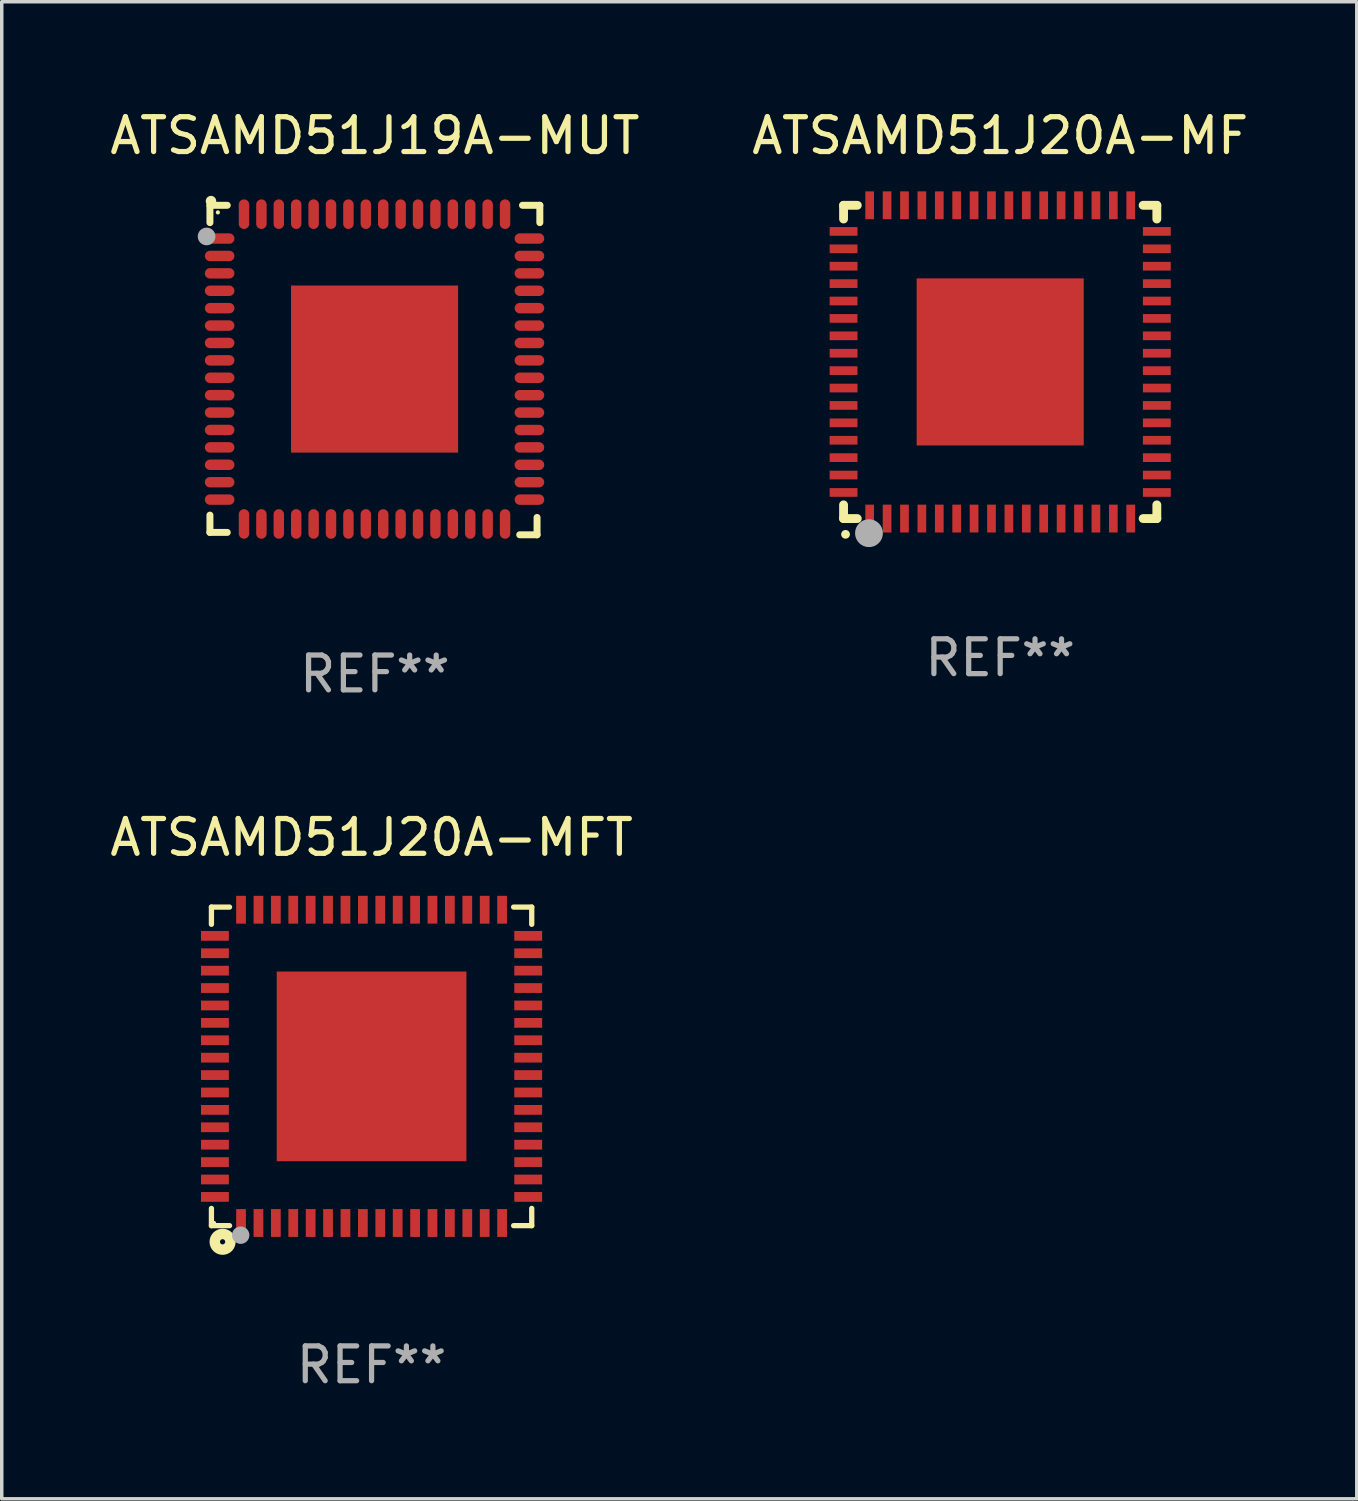
<source format=kicad_pcb>
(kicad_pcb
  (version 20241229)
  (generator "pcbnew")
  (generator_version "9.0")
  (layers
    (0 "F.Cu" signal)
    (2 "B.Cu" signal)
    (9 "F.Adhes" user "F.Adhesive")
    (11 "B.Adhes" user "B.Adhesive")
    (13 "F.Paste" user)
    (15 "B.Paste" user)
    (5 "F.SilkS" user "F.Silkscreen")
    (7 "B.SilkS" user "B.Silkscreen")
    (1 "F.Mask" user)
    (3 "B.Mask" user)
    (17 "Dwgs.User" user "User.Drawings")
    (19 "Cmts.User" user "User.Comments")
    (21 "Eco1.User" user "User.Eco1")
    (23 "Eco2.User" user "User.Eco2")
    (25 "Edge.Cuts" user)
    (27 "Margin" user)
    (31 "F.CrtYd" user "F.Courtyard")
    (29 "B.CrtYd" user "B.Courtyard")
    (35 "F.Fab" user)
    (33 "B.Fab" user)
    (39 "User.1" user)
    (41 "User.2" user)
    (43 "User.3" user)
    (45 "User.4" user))
  (footprint "ATSAMD51J20A-MFT"
    (layer "F.Cu")
    (at 7.625 27.586)
    (property "Reference" "ATSAMD51J20A-MFT" (at 0 -6.576 0) (layer "F.SilkS") (effects (font (size 1 1) (thickness 0.15))))
    (attr through_hole)
    (fp_line (start -4.601 -4.576) (end -4.081 -4.576) (stroke (width 0.152) (type solid)) (layer "F.SilkS"))
    (fp_line (start -4.601 -4.081) (end -4.601 -4.576) (stroke (width 0.152) (type solid)) (layer "F.SilkS"))
    (fp_line (start -4.601 4.081) (end -4.601 4.576) (stroke (width 0.152) (type solid)) (layer "F.SilkS"))
    (fp_line (start -4.601 4.576) (end -4.081 4.576) (stroke (width 0.152) (type solid)) (layer "F.SilkS"))
    (fp_line (start 4.601 -4.576) (end 4.081 -4.576) (stroke (width 0.152) (type solid)) (layer "F.SilkS"))
    (fp_line (start 4.601 -4.081) (end 4.601 -4.576) (stroke (width 0.152) (type solid)) (layer "F.SilkS"))
    (fp_line (start 4.601 4.081) (end 4.601 4.576) (stroke (width 0.152) (type solid)) (layer "F.SilkS"))
    (fp_line (start 4.601 4.576) (end 4.081 4.576) (stroke (width 0.152) (type solid)) (layer "F.SilkS"))
    (fp_circle (center -4.525 4.5) (end -4.495 4.5) (stroke (width 0.06) (type solid)) (fill no) (layer "F.SilkS"))
    (fp_circle (center -4.28 5.04) (end -4.205 5.04) (stroke (width 0.3) (type solid)) (fill no) (layer "F.SilkS"))
    (fp_circle (center -3.76 4.85) (end -3.635 4.85) (stroke (width 0.25) (type solid)) (fill no) (layer "F.Fab"))
    (fp_text user "REF**" (at 0 8.576 0) (layer "F.Fab") (effects (font (size 1 1) (thickness 0.15))))
    (pad "1" smd rect (at -3.75 4.5) (size 0.28 0.8) (layers "F.Cu" "F.Mask" "F.Paste"))
    (pad "2" smd rect (at -3.25 4.5) (size 0.28 0.8) (layers "F.Cu" "F.Mask" "F.Paste"))
    (pad "3" smd rect (at -2.75 4.5) (size 0.28 0.8) (layers "F.Cu" "F.Mask" "F.Paste"))
    (pad "4" smd rect (at -2.25 4.5) (size 0.28 0.8) (layers "F.Cu" "F.Mask" "F.Paste"))
    (pad "5" smd rect (at -1.75 4.5) (size 0.28 0.8) (layers "F.Cu" "F.Mask" "F.Paste"))
    (pad "6" smd rect (at -1.25 4.5) (size 0.28 0.8) (layers "F.Cu" "F.Mask" "F.Paste"))
    (pad "7" smd rect (at -0.75 4.5) (size 0.28 0.8) (layers "F.Cu" "F.Mask" "F.Paste"))
    (pad "8" smd rect (at -0.25 4.5) (size 0.28 0.8) (layers "F.Cu" "F.Mask" "F.Paste"))
    (pad "9" smd rect (at 0.25 4.5) (size 0.28 0.8) (layers "F.Cu" "F.Mask" "F.Paste"))
    (pad "10" smd rect (at 0.75 4.5) (size 0.28 0.8) (layers "F.Cu" "F.Mask" "F.Paste"))
    (pad "11" smd rect (at 1.25 4.5) (size 0.28 0.8) (layers "F.Cu" "F.Mask" "F.Paste"))
    (pad "12" smd rect (at 1.75 4.5) (size 0.28 0.8) (layers "F.Cu" "F.Mask" "F.Paste"))
    (pad "13" smd rect (at 2.25 4.5) (size 0.28 0.8) (layers "F.Cu" "F.Mask" "F.Paste"))
    (pad "14" smd rect (at 2.75 4.5) (size 0.28 0.8) (layers "F.Cu" "F.Mask" "F.Paste"))
    (pad "15" smd rect (at 3.25 4.5) (size 0.28 0.8) (layers "F.Cu" "F.Mask" "F.Paste"))
    (pad "16" smd rect (at 3.75 4.5) (size 0.28 0.8) (layers "F.Cu" "F.Mask" "F.Paste"))
    (pad "17" smd rect (at 4.5 3.75) (size 0.8 0.28) (layers "F.Cu" "F.Mask" "F.Paste"))
    (pad "18" smd rect (at 4.5 3.25) (size 0.8 0.28) (layers "F.Cu" "F.Mask" "F.Paste"))
    (pad "19" smd rect (at 4.5 2.75) (size 0.8 0.28) (layers "F.Cu" "F.Mask" "F.Paste"))
    (pad "20" smd rect (at 4.5 2.25) (size 0.8 0.28) (layers "F.Cu" "F.Mask" "F.Paste"))
    (pad "21" smd rect (at 4.5 1.75) (size 0.8 0.28) (layers "F.Cu" "F.Mask" "F.Paste"))
    (pad "22" smd rect (at 4.5 1.25) (size 0.8 0.28) (layers "F.Cu" "F.Mask" "F.Paste"))
    (pad "23" smd rect (at 4.5 0.75) (size 0.8 0.28) (layers "F.Cu" "F.Mask" "F.Paste"))
    (pad "24" smd rect (at 4.5 0.25) (size 0.8 0.28) (layers "F.Cu" "F.Mask" "F.Paste"))
    (pad "25" smd rect (at 4.5 -0.25) (size 0.8 0.28) (layers "F.Cu" "F.Mask" "F.Paste"))
    (pad "26" smd rect (at 4.5 -0.75) (size 0.8 0.28) (layers "F.Cu" "F.Mask" "F.Paste"))
    (pad "27" smd rect (at 4.5 -1.25) (size 0.8 0.28) (layers "F.Cu" "F.Mask" "F.Paste"))
    (pad "28" smd rect (at 4.5 -1.75) (size 0.8 0.28) (layers "F.Cu" "F.Mask" "F.Paste"))
    (pad "29" smd rect (at 4.5 -2.25) (size 0.8 0.28) (layers "F.Cu" "F.Mask" "F.Paste"))
    (pad "30" smd rect (at 4.5 -2.75) (size 0.8 0.28) (layers "F.Cu" "F.Mask" "F.Paste"))
    (pad "31" smd rect (at 4.5 -3.25) (size 0.8 0.28) (layers "F.Cu" "F.Mask" "F.Paste"))
    (pad "32" smd rect (at 4.5 -3.75) (size 0.8 0.28) (layers "F.Cu" "F.Mask" "F.Paste"))
    (pad "33" smd rect (at 3.75 -4.5) (size 0.28 0.8) (layers "F.Cu" "F.Mask" "F.Paste"))
    (pad "34" smd rect (at 3.25 -4.5) (size 0.28 0.8) (layers "F.Cu" "F.Mask" "F.Paste"))
    (pad "35" smd rect (at 2.75 -4.5) (size 0.28 0.8) (layers "F.Cu" "F.Mask" "F.Paste"))
    (pad "36" smd rect (at 2.25 -4.5) (size 0.28 0.8) (layers "F.Cu" "F.Mask" "F.Paste"))
    (pad "37" smd rect (at 1.75 -4.5) (size 0.28 0.8) (layers "F.Cu" "F.Mask" "F.Paste"))
    (pad "38" smd rect (at 1.25 -4.5) (size 0.28 0.8) (layers "F.Cu" "F.Mask" "F.Paste"))
    (pad "39" smd rect (at 0.75 -4.5) (size 0.28 0.8) (layers "F.Cu" "F.Mask" "F.Paste"))
    (pad "40" smd rect (at 0.25 -4.5) (size 0.28 0.8) (layers "F.Cu" "F.Mask" "F.Paste"))
    (pad "41" smd rect (at -0.25 -4.5) (size 0.28 0.8) (layers "F.Cu" "F.Mask" "F.Paste"))
    (pad "42" smd rect (at -0.75 -4.5) (size 0.28 0.8) (layers "F.Cu" "F.Mask" "F.Paste"))
    (pad "43" smd rect (at -1.25 -4.5) (size 0.28 0.8) (layers "F.Cu" "F.Mask" "F.Paste"))
    (pad "44" smd rect (at -1.75 -4.5) (size 0.28 0.8) (layers "F.Cu" "F.Mask" "F.Paste"))
    (pad "45" smd rect (at -2.25 -4.5) (size 0.28 0.8) (layers "F.Cu" "F.Mask" "F.Paste"))
    (pad "46" smd rect (at -2.75 -4.5) (size 0.28 0.8) (layers "F.Cu" "F.Mask" "F.Paste"))
    (pad "47" smd rect (at -3.25 -4.5) (size 0.28 0.8) (layers "F.Cu" "F.Mask" "F.Paste"))
    (pad "48" smd rect (at -3.75 -4.5) (size 0.28 0.8) (layers "F.Cu" "F.Mask" "F.Paste"))
    (pad "49" smd rect (at -4.5 -3.75) (size 0.8 0.28) (layers "F.Cu" "F.Mask" "F.Paste"))
    (pad "50" smd rect (at -4.5 -3.25) (size 0.8 0.28) (layers "F.Cu" "F.Mask" "F.Paste"))
    (pad "51" smd rect (at -4.5 -2.75) (size 0.8 0.28) (layers "F.Cu" "F.Mask" "F.Paste"))
    (pad "52" smd rect (at -4.5 -2.25) (size 0.8 0.28) (layers "F.Cu" "F.Mask" "F.Paste"))
    (pad "53" smd rect (at -4.5 -1.75) (size 0.8 0.28) (layers "F.Cu" "F.Mask" "F.Paste"))
    (pad "54" smd rect (at -4.5 -1.25) (size 0.8 0.28) (layers "F.Cu" "F.Mask" "F.Paste"))
    (pad "55" smd rect (at -4.5 -0.75) (size 0.8 0.28) (layers "F.Cu" "F.Mask" "F.Paste"))
    (pad "56" smd rect (at -4.5 -0.25) (size 0.8 0.28) (layers "F.Cu" "F.Mask" "F.Paste"))
    (pad "57" smd rect (at -4.5 0.25) (size 0.8 0.28) (layers "F.Cu" "F.Mask" "F.Paste"))
    (pad "58" smd rect (at -4.5 0.75) (size 0.8 0.28) (layers "F.Cu" "F.Mask" "F.Paste"))
    (pad "59" smd rect (at -4.5 1.25) (size 0.8 0.28) (layers "F.Cu" "F.Mask" "F.Paste"))
    (pad "60" smd rect (at -4.5 1.75) (size 0.8 0.28) (layers "F.Cu" "F.Mask" "F.Paste"))
    (pad "61" smd rect (at -4.5 2.25) (size 0.8 0.28) (layers "F.Cu" "F.Mask" "F.Paste"))
    (pad "62" smd rect (at -4.5 2.75) (size 0.8 0.28) (layers "F.Cu" "F.Mask" "F.Paste"))
    (pad "63" smd rect (at -4.5 3.25) (size 0.8 0.28) (layers "F.Cu" "F.Mask" "F.Paste"))
    (pad "64" smd rect (at -4.5 3.75) (size 0.8 0.28) (layers "F.Cu" "F.Mask" "F.Paste"))
    (pad "65" smd rect (at 0 0) (size 5.45 5.45) (layers "F.Cu" "F.Mask" "F.Paste")))
  (footprint "ATSAMD51J20A-MF"
    (layer "F.Cu")
    (at 25.685 7.348)
    (property "Reference" "ATSAMD51J20A-MF" (at 0 -6.5 0) (layer "F.SilkS") (effects (font (size 1 1) (thickness 0.15))))
    (attr through_hole)
    (fp_line (start -4.5 -4.5) (end -4.106 -4.5) (stroke (width 0.254) (type solid)) (layer "F.SilkS"))
    (fp_line (start -4.5 -4.106) (end -4.5 -4.5) (stroke (width 0.254) (type solid)) (layer "F.SilkS"))
    (fp_line (start -4.5 4.5) (end -4.5 4.106) (stroke (width 0.254) (type solid)) (layer "F.SilkS"))
    (fp_line (start -4.106 4.5) (end -4.5 4.5) (stroke (width 0.254) (type solid)) (layer "F.SilkS"))
    (fp_line (start 4.106 -4.5) (end 4.5 -4.5) (stroke (width 0.254) (type solid)) (layer "F.SilkS"))
    (fp_line (start 4.5 -4.5) (end 4.5 -4.106) (stroke (width 0.254) (type solid)) (layer "F.SilkS"))
    (fp_line (start 4.5 4.106) (end 4.5 4.5) (stroke (width 0.254) (type solid)) (layer "F.SilkS"))
    (fp_line (start 4.5 4.5) (end 4.106 4.5) (stroke (width 0.254) (type solid)) (layer "F.SilkS"))
    (fp_arc (start -4.444945 4.953073) (mid -4.443675 4.953067) (end -4.442405 4.953073) (stroke (width 0.24892) (type solid)) (layer "F.SilkS"))
    (fp_circle (center -4.5 4.5) (end -4.47 4.5) (stroke (width 0.06) (type solid)) (fill no) (layer "F.SilkS"))
    (fp_circle (center -3.77 4.92) (end -3.57 4.92) (stroke (width 0.4) (type solid)) (fill no) (layer "F.Fab"))
    (fp_text user "REF**" (at 0 8.5 0) (layer "F.Fab") (effects (font (size 1 1) (thickness 0.15))))
    (pad "1" smd rect (at -3.75 4.5 90) (size 0.8 0.25) (layers "F.Cu" "F.Mask" "F.Paste"))
    (pad "2" smd rect (at -3.25 4.5 90) (size 0.8 0.25) (layers "F.Cu" "F.Mask" "F.Paste"))
    (pad "3" smd rect (at -2.75 4.5 90) (size 0.8 0.25) (layers "F.Cu" "F.Mask" "F.Paste"))
    (pad "4" smd rect (at -2.25 4.5 90) (size 0.8 0.25) (layers "F.Cu" "F.Mask" "F.Paste"))
    (pad "5" smd rect (at -1.75 4.5 90) (size 0.8 0.25) (layers "F.Cu" "F.Mask" "F.Paste"))
    (pad "6" smd rect (at -1.25 4.5 90) (size 0.8 0.25) (layers "F.Cu" "F.Mask" "F.Paste"))
    (pad "7" smd rect (at -0.75 4.5 90) (size 0.8 0.25) (layers "F.Cu" "F.Mask" "F.Paste"))
    (pad "8" smd rect (at -0.25 4.5 90) (size 0.8 0.25) (layers "F.Cu" "F.Mask" "F.Paste"))
    (pad "9" smd rect (at 0.25 4.5 90) (size 0.8 0.25) (layers "F.Cu" "F.Mask" "F.Paste"))
    (pad "10" smd rect (at 0.75 4.5 90) (size 0.8 0.25) (layers "F.Cu" "F.Mask" "F.Paste"))
    (pad "11" smd rect (at 1.25 4.5 90) (size 0.8 0.25) (layers "F.Cu" "F.Mask" "F.Paste"))
    (pad "12" smd rect (at 1.75 4.5 90) (size 0.8 0.25) (layers "F.Cu" "F.Mask" "F.Paste"))
    (pad "13" smd rect (at 2.25 4.5 90) (size 0.8 0.25) (layers "F.Cu" "F.Mask" "F.Paste"))
    (pad "14" smd rect (at 2.75 4.5 90) (size 0.8 0.25) (layers "F.Cu" "F.Mask" "F.Paste"))
    (pad "15" smd rect (at 3.25 4.5 90) (size 0.8 0.25) (layers "F.Cu" "F.Mask" "F.Paste"))
    (pad "16" smd rect (at 3.75 4.5 90) (size 0.8 0.25) (layers "F.Cu" "F.Mask" "F.Paste"))
    (pad "17" smd rect (at 4.5 3.75) (size 0.8 0.25) (layers "F.Cu" "F.Mask" "F.Paste"))
    (pad "18" smd rect (at 4.5 3.25) (size 0.8 0.25) (layers "F.Cu" "F.Mask" "F.Paste"))
    (pad "19" smd rect (at 4.5 2.75) (size 0.8 0.25) (layers "F.Cu" "F.Mask" "F.Paste"))
    (pad "20" smd rect (at 4.5 2.25) (size 0.8 0.25) (layers "F.Cu" "F.Mask" "F.Paste"))
    (pad "21" smd rect (at 4.5 1.75) (size 0.8 0.25) (layers "F.Cu" "F.Mask" "F.Paste"))
    (pad "22" smd rect (at 4.5 1.25) (size 0.8 0.25) (layers "F.Cu" "F.Mask" "F.Paste"))
    (pad "23" smd rect (at 4.5 0.75) (size 0.8 0.25) (layers "F.Cu" "F.Mask" "F.Paste"))
    (pad "24" smd rect (at 4.5 0.25) (size 0.8 0.25) (layers "F.Cu" "F.Mask" "F.Paste"))
    (pad "25" smd rect (at 4.5 -0.25) (size 0.8 0.25) (layers "F.Cu" "F.Mask" "F.Paste"))
    (pad "26" smd rect (at 4.5 -0.75) (size 0.8 0.25) (layers "F.Cu" "F.Mask" "F.Paste"))
    (pad "27" smd rect (at 4.5 -1.25) (size 0.8 0.25) (layers "F.Cu" "F.Mask" "F.Paste"))
    (pad "28" smd rect (at 4.5 -1.75) (size 0.8 0.25) (layers "F.Cu" "F.Mask" "F.Paste"))
    (pad "29" smd rect (at 4.5 -2.25) (size 0.8 0.25) (layers "F.Cu" "F.Mask" "F.Paste"))
    (pad "30" smd rect (at 4.5 -2.75) (size 0.8 0.25) (layers "F.Cu" "F.Mask" "F.Paste"))
    (pad "31" smd rect (at 4.5 -3.25) (size 0.8 0.25) (layers "F.Cu" "F.Mask" "F.Paste"))
    (pad "32" smd rect (at 4.5 -3.75) (size 0.8 0.25) (layers "F.Cu" "F.Mask" "F.Paste"))
    (pad "33" smd rect (at 3.75 -4.5 90) (size 0.8 0.25) (layers "F.Cu" "F.Mask" "F.Paste"))
    (pad "34" smd rect (at 3.25 -4.5 90) (size 0.8 0.25) (layers "F.Cu" "F.Mask" "F.Paste"))
    (pad "35" smd rect (at 2.75 -4.5 90) (size 0.8 0.25) (layers "F.Cu" "F.Mask" "F.Paste"))
    (pad "36" smd rect (at 2.25 -4.5 90) (size 0.8 0.25) (layers "F.Cu" "F.Mask" "F.Paste"))
    (pad "37" smd rect (at 1.75 -4.5 90) (size 0.8 0.25) (layers "F.Cu" "F.Mask" "F.Paste"))
    (pad "38" smd rect (at 1.25 -4.5 90) (size 0.8 0.25) (layers "F.Cu" "F.Mask" "F.Paste"))
    (pad "39" smd rect (at 0.75 -4.5 90) (size 0.8 0.25) (layers "F.Cu" "F.Mask" "F.Paste"))
    (pad "40" smd rect (at 0.25 -4.5 90) (size 0.8 0.25) (layers "F.Cu" "F.Mask" "F.Paste"))
    (pad "41" smd rect (at -0.25 -4.5 90) (size 0.8 0.25) (layers "F.Cu" "F.Mask" "F.Paste"))
    (pad "42" smd rect (at -0.75 -4.5 90) (size 0.8 0.25) (layers "F.Cu" "F.Mask" "F.Paste"))
    (pad "43" smd rect (at -1.25 -4.5 90) (size 0.8 0.25) (layers "F.Cu" "F.Mask" "F.Paste"))
    (pad "44" smd rect (at -1.75 -4.5 90) (size 0.8 0.25) (layers "F.Cu" "F.Mask" "F.Paste"))
    (pad "45" smd rect (at -2.25 -4.5 90) (size 0.8 0.25) (layers "F.Cu" "F.Mask" "F.Paste"))
    (pad "46" smd rect (at -2.75 -4.5 90) (size 0.8 0.25) (layers "F.Cu" "F.Mask" "F.Paste"))
    (pad "47" smd rect (at -3.25 -4.5 90) (size 0.8 0.25) (layers "F.Cu" "F.Mask" "F.Paste"))
    (pad "48" smd rect (at -3.75 -4.5 90) (size 0.8 0.25) (layers "F.Cu" "F.Mask" "F.Paste"))
    (pad "49" smd rect (at -4.5 -3.75) (size 0.8 0.25) (layers "F.Cu" "F.Mask" "F.Paste"))
    (pad "50" smd rect (at -4.5 -3.25) (size 0.8 0.25) (layers "F.Cu" "F.Mask" "F.Paste"))
    (pad "51" smd rect (at -4.5 -2.75) (size 0.8 0.25) (layers "F.Cu" "F.Mask" "F.Paste"))
    (pad "52" smd rect (at -4.5 -2.25) (size 0.8 0.25) (layers "F.Cu" "F.Mask" "F.Paste"))
    (pad "53" smd rect (at -4.5 -1.75) (size 0.8 0.25) (layers "F.Cu" "F.Mask" "F.Paste"))
    (pad "54" smd rect (at -4.5 -1.25) (size 0.8 0.25) (layers "F.Cu" "F.Mask" "F.Paste"))
    (pad "55" smd rect (at -4.5 -0.75) (size 0.8 0.25) (layers "F.Cu" "F.Mask" "F.Paste"))
    (pad "56" smd rect (at -4.5 -0.25) (size 0.8 0.25) (layers "F.Cu" "F.Mask" "F.Paste"))
    (pad "57" smd rect (at -4.5 0.25) (size 0.8 0.25) (layers "F.Cu" "F.Mask" "F.Paste"))
    (pad "58" smd rect (at -4.5 0.75) (size 0.8 0.25) (layers "F.Cu" "F.Mask" "F.Paste"))
    (pad "59" smd rect (at -4.5 1.25) (size 0.8 0.25) (layers "F.Cu" "F.Mask" "F.Paste"))
    (pad "60" smd rect (at -4.5 1.75) (size 0.8 0.25) (layers "F.Cu" "F.Mask" "F.Paste"))
    (pad "61" smd rect (at -4.5 2.25) (size 0.8 0.25) (layers "F.Cu" "F.Mask" "F.Paste"))
    (pad "62" smd rect (at -4.5 2.75) (size 0.8 0.25) (layers "F.Cu" "F.Mask" "F.Paste"))
    (pad "63" smd rect (at -4.5 3.25) (size 0.8 0.25) (layers "F.Cu" "F.Mask" "F.Paste"))
    (pad "64" smd rect (at -4.5 3.75) (size 0.8 0.25) (layers "F.Cu" "F.Mask" "F.Paste"))
    (pad "65" smd rect (at 0.000191 -0.000064) (size 4.8 4.8) (layers "F.Cu" "F.Mask" "F.Paste")))
  (footprint "ATSAMD51J19A-MUT"
    (layer "F.Cu")
    (at 7.72 7.581)
    (property "Reference" "ATSAMD51J19A-MUT" (at 0 -6.733 0) (layer "F.SilkS") (effects (font (size 1 1) (thickness 0.15))))
    (attr through_hole)
    (fp_line (start -4.739 -4.733) (end -4.241 -4.733) (stroke (width 0.2) (type solid)) (layer "F.SilkS"))
    (fp_line (start -4.739 -4.235) (end -4.739 -4.733) (stroke (width 0.2) (type solid)) (layer "F.SilkS"))
    (fp_line (start -4.739 4.168) (end -4.739 4.665) (stroke (width 0.2) (type solid)) (layer "F.SilkS"))
    (fp_line (start -4.739 4.665) (end -4.241 4.665) (stroke (width 0.2) (type solid)) (layer "F.SilkS"))
    (fp_line (start 4.161 4.733) (end 4.659 4.733) (stroke (width 0.2) (type solid)) (layer "F.SilkS"))
    (fp_line (start 4.241 -4.733) (end 4.739 -4.733) (stroke (width 0.2) (type solid)) (layer "F.SilkS"))
    (fp_line (start 4.659 4.733) (end 4.659 4.235) (stroke (width 0.2) (type solid)) (layer "F.SilkS"))
    (fp_line (start 4.739 -4.733) (end 4.739 -4.235) (stroke (width 0.2) (type solid)) (layer "F.SilkS"))
    (fp_arc (start -4.708623 -4.85108) (mid -4.708628 -4.85235) (end -4.708623 -4.85362) (stroke (width 0.3) (type solid)) (layer "F.SilkS"))
    (fp_circle (center -4.511 -4.529) (end -4.481 -4.529) (stroke (width 0.06) (type solid)) (fill no) (layer "F.SilkS"))
    (fp_circle (center -4.835 -3.838) (end -4.708 -3.838) (stroke (width 0.254) (type solid)) (fill no) (layer "F.Fab"))
    (fp_text user "REF**" (at 0 8.733 0) (layer "F.Fab") (effects (font (size 1 1) (thickness 0.15))))
    (pad "1" smd oval (at -4.46 -3.778) (size 0.85 0.3) (layers "F.Cu" "F.Mask" "F.Paste"))
    (pad "2" smd oval (at -4.46 -3.278) (size 0.85 0.3) (layers "F.Cu" "F.Mask" "F.Paste"))
    (pad "3" smd oval (at -4.46 -2.778) (size 0.85 0.3) (layers "F.Cu" "F.Mask" "F.Paste"))
    (pad "4" smd oval (at -4.46 -2.278) (size 0.85 0.3) (layers "F.Cu" "F.Mask" "F.Paste"))
    (pad "5" smd oval (at -4.46 -1.778) (size 0.85 0.3) (layers "F.Cu" "F.Mask" "F.Paste"))
    (pad "6" smd oval (at -4.46 -1.278) (size 0.85 0.3) (layers "F.Cu" "F.Mask" "F.Paste"))
    (pad "7" smd oval (at -4.46 -0.778) (size 0.85 0.3) (layers "F.Cu" "F.Mask" "F.Paste"))
    (pad "8" smd oval (at -4.46 -0.278) (size 0.85 0.3) (layers "F.Cu" "F.Mask" "F.Paste"))
    (pad "9" smd oval (at -4.46 0.222) (size 0.85 0.3) (layers "F.Cu" "F.Mask" "F.Paste"))
    (pad "10" smd oval (at -4.46 0.722) (size 0.85 0.3) (layers "F.Cu" "F.Mask" "F.Paste"))
    (pad "11" smd oval (at -4.46 1.222) (size 0.85 0.3) (layers "F.Cu" "F.Mask" "F.Paste"))
    (pad "12" smd oval (at -4.46 1.722) (size 0.85 0.3) (layers "F.Cu" "F.Mask" "F.Paste"))
    (pad "13" smd oval (at -4.46 2.222) (size 0.85 0.3) (layers "F.Cu" "F.Mask" "F.Paste"))
    (pad "14" smd oval (at -4.46 2.722) (size 0.85 0.3) (layers "F.Cu" "F.Mask" "F.Paste"))
    (pad "15" smd oval (at -4.46 3.222) (size 0.85 0.3) (layers "F.Cu" "F.Mask" "F.Paste"))
    (pad "16" smd oval (at -4.46 3.722) (size 0.85 0.3) (layers "F.Cu" "F.Mask" "F.Paste"))
    (pad "17" smd oval (at -3.76 4.422) (size 0.3 0.85) (layers "F.Cu" "F.Mask" "F.Paste"))
    (pad "18" smd oval (at -3.26 4.422) (size 0.3 0.85) (layers "F.Cu" "F.Mask" "F.Paste"))
    (pad "19" smd oval (at -2.76 4.422) (size 0.3 0.85) (layers "F.Cu" "F.Mask" "F.Paste"))
    (pad "20" smd oval (at -2.26 4.422) (size 0.3 0.85) (layers "F.Cu" "F.Mask" "F.Paste"))
    (pad "21" smd oval (at -1.76 4.422) (size 0.3 0.85) (layers "F.Cu" "F.Mask" "F.Paste"))
    (pad "22" smd oval (at -1.26 4.422) (size 0.3 0.85) (layers "F.Cu" "F.Mask" "F.Paste"))
    (pad "23" smd oval (at -0.76 4.422) (size 0.3 0.85) (layers "F.Cu" "F.Mask" "F.Paste"))
    (pad "24" smd oval (at -0.26 4.422) (size 0.3 0.85) (layers "F.Cu" "F.Mask" "F.Paste"))
    (pad "25" smd oval (at 0.24 4.422) (size 0.3 0.85) (layers "F.Cu" "F.Mask" "F.Paste"))
    (pad "26" smd oval (at 0.74 4.422) (size 0.3 0.85) (layers "F.Cu" "F.Mask" "F.Paste"))
    (pad "27" smd oval (at 1.24 4.422) (size 0.3 0.85) (layers "F.Cu" "F.Mask" "F.Paste"))
    (pad "28" smd oval (at 1.74 4.422) (size 0.3 0.85) (layers "F.Cu" "F.Mask" "F.Paste"))
    (pad "29" smd oval (at 2.24 4.422) (size 0.3 0.85) (layers "F.Cu" "F.Mask" "F.Paste"))
    (pad "30" smd oval (at 2.74 4.422) (size 0.3 0.85) (layers "F.Cu" "F.Mask" "F.Paste"))
    (pad "31" smd oval (at 3.24 4.422) (size 0.3 0.85) (layers "F.Cu" "F.Mask" "F.Paste"))
    (pad "32" smd oval (at 3.74 4.422) (size 0.3 0.85) (layers "F.Cu" "F.Mask" "F.Paste"))
    (pad "33" smd oval (at 4.44 3.723) (size 0.85 0.3) (layers "F.Cu" "F.Mask" "F.Paste"))
    (pad "34" smd oval (at 4.44 3.222) (size 0.85 0.3) (layers "F.Cu" "F.Mask" "F.Paste"))
    (pad "35" smd oval (at 4.44 2.723) (size 0.85 0.3) (layers "F.Cu" "F.Mask" "F.Paste"))
    (pad "36" smd oval (at 4.44 2.222) (size 0.85 0.3) (layers "F.Cu" "F.Mask" "F.Paste"))
    (pad "37" smd oval (at 4.44 1.723) (size 0.85 0.3) (layers "F.Cu" "F.Mask" "F.Paste"))
    (pad "38" smd oval (at 4.44 1.222) (size 0.85 0.3) (layers "F.Cu" "F.Mask" "F.Paste"))
    (pad "39" smd oval (at 4.44 0.723) (size 0.85 0.3) (layers "F.Cu" "F.Mask" "F.Paste"))
    (pad "40" smd oval (at 4.44 0.222) (size 0.85 0.3) (layers "F.Cu" "F.Mask" "F.Paste"))
    (pad "41" smd oval (at 4.44 -0.277) (size 0.85 0.3) (layers "F.Cu" "F.Mask" "F.Paste"))
    (pad "42" smd oval (at 4.44 -0.778) (size 0.85 0.3) (layers "F.Cu" "F.Mask" "F.Paste"))
    (pad "43" smd oval (at 4.44 -1.277) (size 0.85 0.3) (layers "F.Cu" "F.Mask" "F.Paste"))
    (pad "44" smd oval (at 4.44 -1.778) (size 0.85 0.3) (layers "F.Cu" "F.Mask" "F.Paste"))
    (pad "45" smd oval (at 4.44 -2.277) (size 0.85 0.3) (layers "F.Cu" "F.Mask" "F.Paste"))
    (pad "46" smd oval (at 4.44 -2.778) (size 0.85 0.3) (layers "F.Cu" "F.Mask" "F.Paste"))
    (pad "47" smd oval (at 4.44 -3.277) (size 0.85 0.3) (layers "F.Cu" "F.Mask" "F.Paste"))
    (pad "48" smd oval (at 4.44 -3.778) (size 0.85 0.3) (layers "F.Cu" "F.Mask" "F.Paste"))
    (pad "49" smd oval (at 3.74 -4.478) (size 0.3 0.85) (layers "F.Cu" "F.Mask" "F.Paste"))
    (pad "50" smd oval (at 3.24 -4.478) (size 0.3 0.85) (layers "F.Cu" "F.Mask" "F.Paste"))
    (pad "51" smd oval (at 2.74 -4.478) (size 0.3 0.85) (layers "F.Cu" "F.Mask" "F.Paste"))
    (pad "52" smd oval (at 2.24 -4.478) (size 0.3 0.85) (layers "F.Cu" "F.Mask" "F.Paste"))
    (pad "53" smd oval (at 1.74 -4.478) (size 0.3 0.85) (layers "F.Cu" "F.Mask" "F.Paste"))
    (pad "54" smd oval (at 1.24 -4.478) (size 0.3 0.85) (layers "F.Cu" "F.Mask" "F.Paste"))
    (pad "55" smd oval (at 0.74 -4.478) (size 0.3 0.85) (layers "F.Cu" "F.Mask" "F.Paste"))
    (pad "56" smd oval (at 0.24 -4.478) (size 0.3 0.85) (layers "F.Cu" "F.Mask" "F.Paste"))
    (pad "57" smd oval (at -0.26 -4.478) (size 0.3 0.85) (layers "F.Cu" "F.Mask" "F.Paste"))
    (pad "58" smd oval (at -0.76 -4.478) (size 0.3 0.85) (layers "F.Cu" "F.Mask" "F.Paste"))
    (pad "59" smd oval (at -1.26 -4.478) (size 0.3 0.85) (layers "F.Cu" "F.Mask" "F.Paste"))
    (pad "60" smd oval (at -1.76 -4.478) (size 0.3 0.85) (layers "F.Cu" "F.Mask" "F.Paste"))
    (pad "61" smd oval (at -2.26 -4.478) (size 0.3 0.85) (layers "F.Cu" "F.Mask" "F.Paste"))
    (pad "62" smd oval (at -2.76 -4.478) (size 0.3 0.85) (layers "F.Cu" "F.Mask" "F.Paste"))
    (pad "63" smd oval (at -3.26 -4.478) (size 0.3 0.85) (layers "F.Cu" "F.Mask" "F.Paste"))
    (pad "64" smd oval (at -3.76 -4.478) (size 0.3 0.85) (layers "F.Cu" "F.Mask" "F.Paste"))
    (pad "65" smd rect (at -0.009 -0.028 90) (size 4.8 4.8) (layers "F.Cu" "F.Mask" "F.Paste")))
  (gr_rect
    (start -3 -3)
    (end 35.929 40.01)
    (stroke (width 0.1) (type default))
    (fill no)
    (layer "Edge.Cuts")))
</source>
